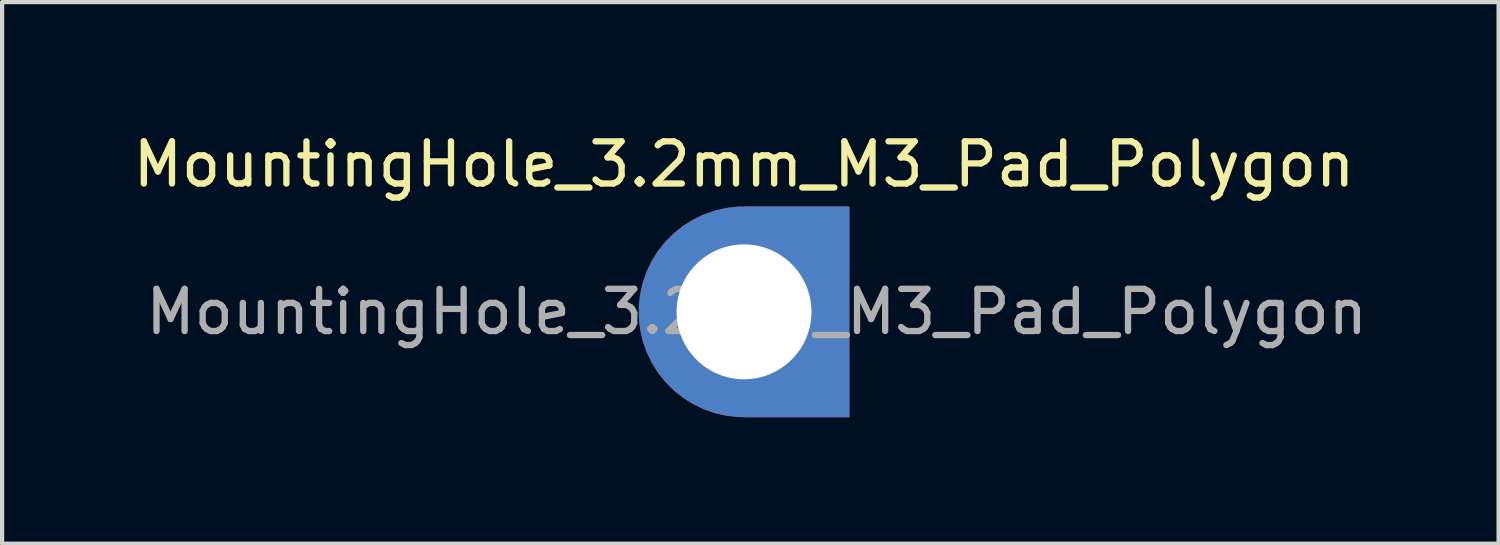
<source format=kicad_pcb>
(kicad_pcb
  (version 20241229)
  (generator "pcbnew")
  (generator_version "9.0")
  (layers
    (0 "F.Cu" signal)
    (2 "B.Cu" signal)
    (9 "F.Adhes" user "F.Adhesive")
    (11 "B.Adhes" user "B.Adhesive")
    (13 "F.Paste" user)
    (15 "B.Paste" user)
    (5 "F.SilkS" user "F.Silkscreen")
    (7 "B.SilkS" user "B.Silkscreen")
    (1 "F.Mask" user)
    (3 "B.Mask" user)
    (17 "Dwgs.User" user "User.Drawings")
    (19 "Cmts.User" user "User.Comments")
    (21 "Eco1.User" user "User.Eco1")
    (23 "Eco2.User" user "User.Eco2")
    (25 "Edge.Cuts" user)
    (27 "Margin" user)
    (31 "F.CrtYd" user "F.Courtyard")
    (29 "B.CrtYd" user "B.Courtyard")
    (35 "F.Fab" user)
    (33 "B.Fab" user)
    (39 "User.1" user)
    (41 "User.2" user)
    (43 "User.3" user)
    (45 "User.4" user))
  (footprint "MountingHole_3.2mm_M3_Pad_Polygon"
    (layer "F.Cu")
    (at 14.601 4.348)
    (property "Reference" "MountingHole_3.2mm_M3_Pad_Polygon" (at 0 -3.5 0) (layer "F.SilkS") (effects (font (size 1 1) (thickness 0.15))))
    (attr exclude_from_pos_files)
    (fp_text user "${REFERENCE}" (at 0.3 0 0) (layer "F.Fab") (effects (font (size 1 1) (thickness 0.15))))
    (pad "1" thru_hole custom (at 0 0) (size 5 5) (drill 3.2) (layers "*.Cu" "*.Mask") (options (anchor circle)) (primitives (gr_poly (pts (xy 2.5 2.5) (xy 0 2.5) (xy 0 2) (xy 1.5 1.5) (xy 2 0) (xy 1.5 -1.5) (xy 0 -2.5) (xy 2.5 -2.5)) (width 0.001) (fill yes)))))
  (gr_rect
    (start -3 -3)
    (end 32.502 9.849)
    (stroke (width 0.1) (type default))
    (fill no)
    (layer "Edge.Cuts")))
</source>
